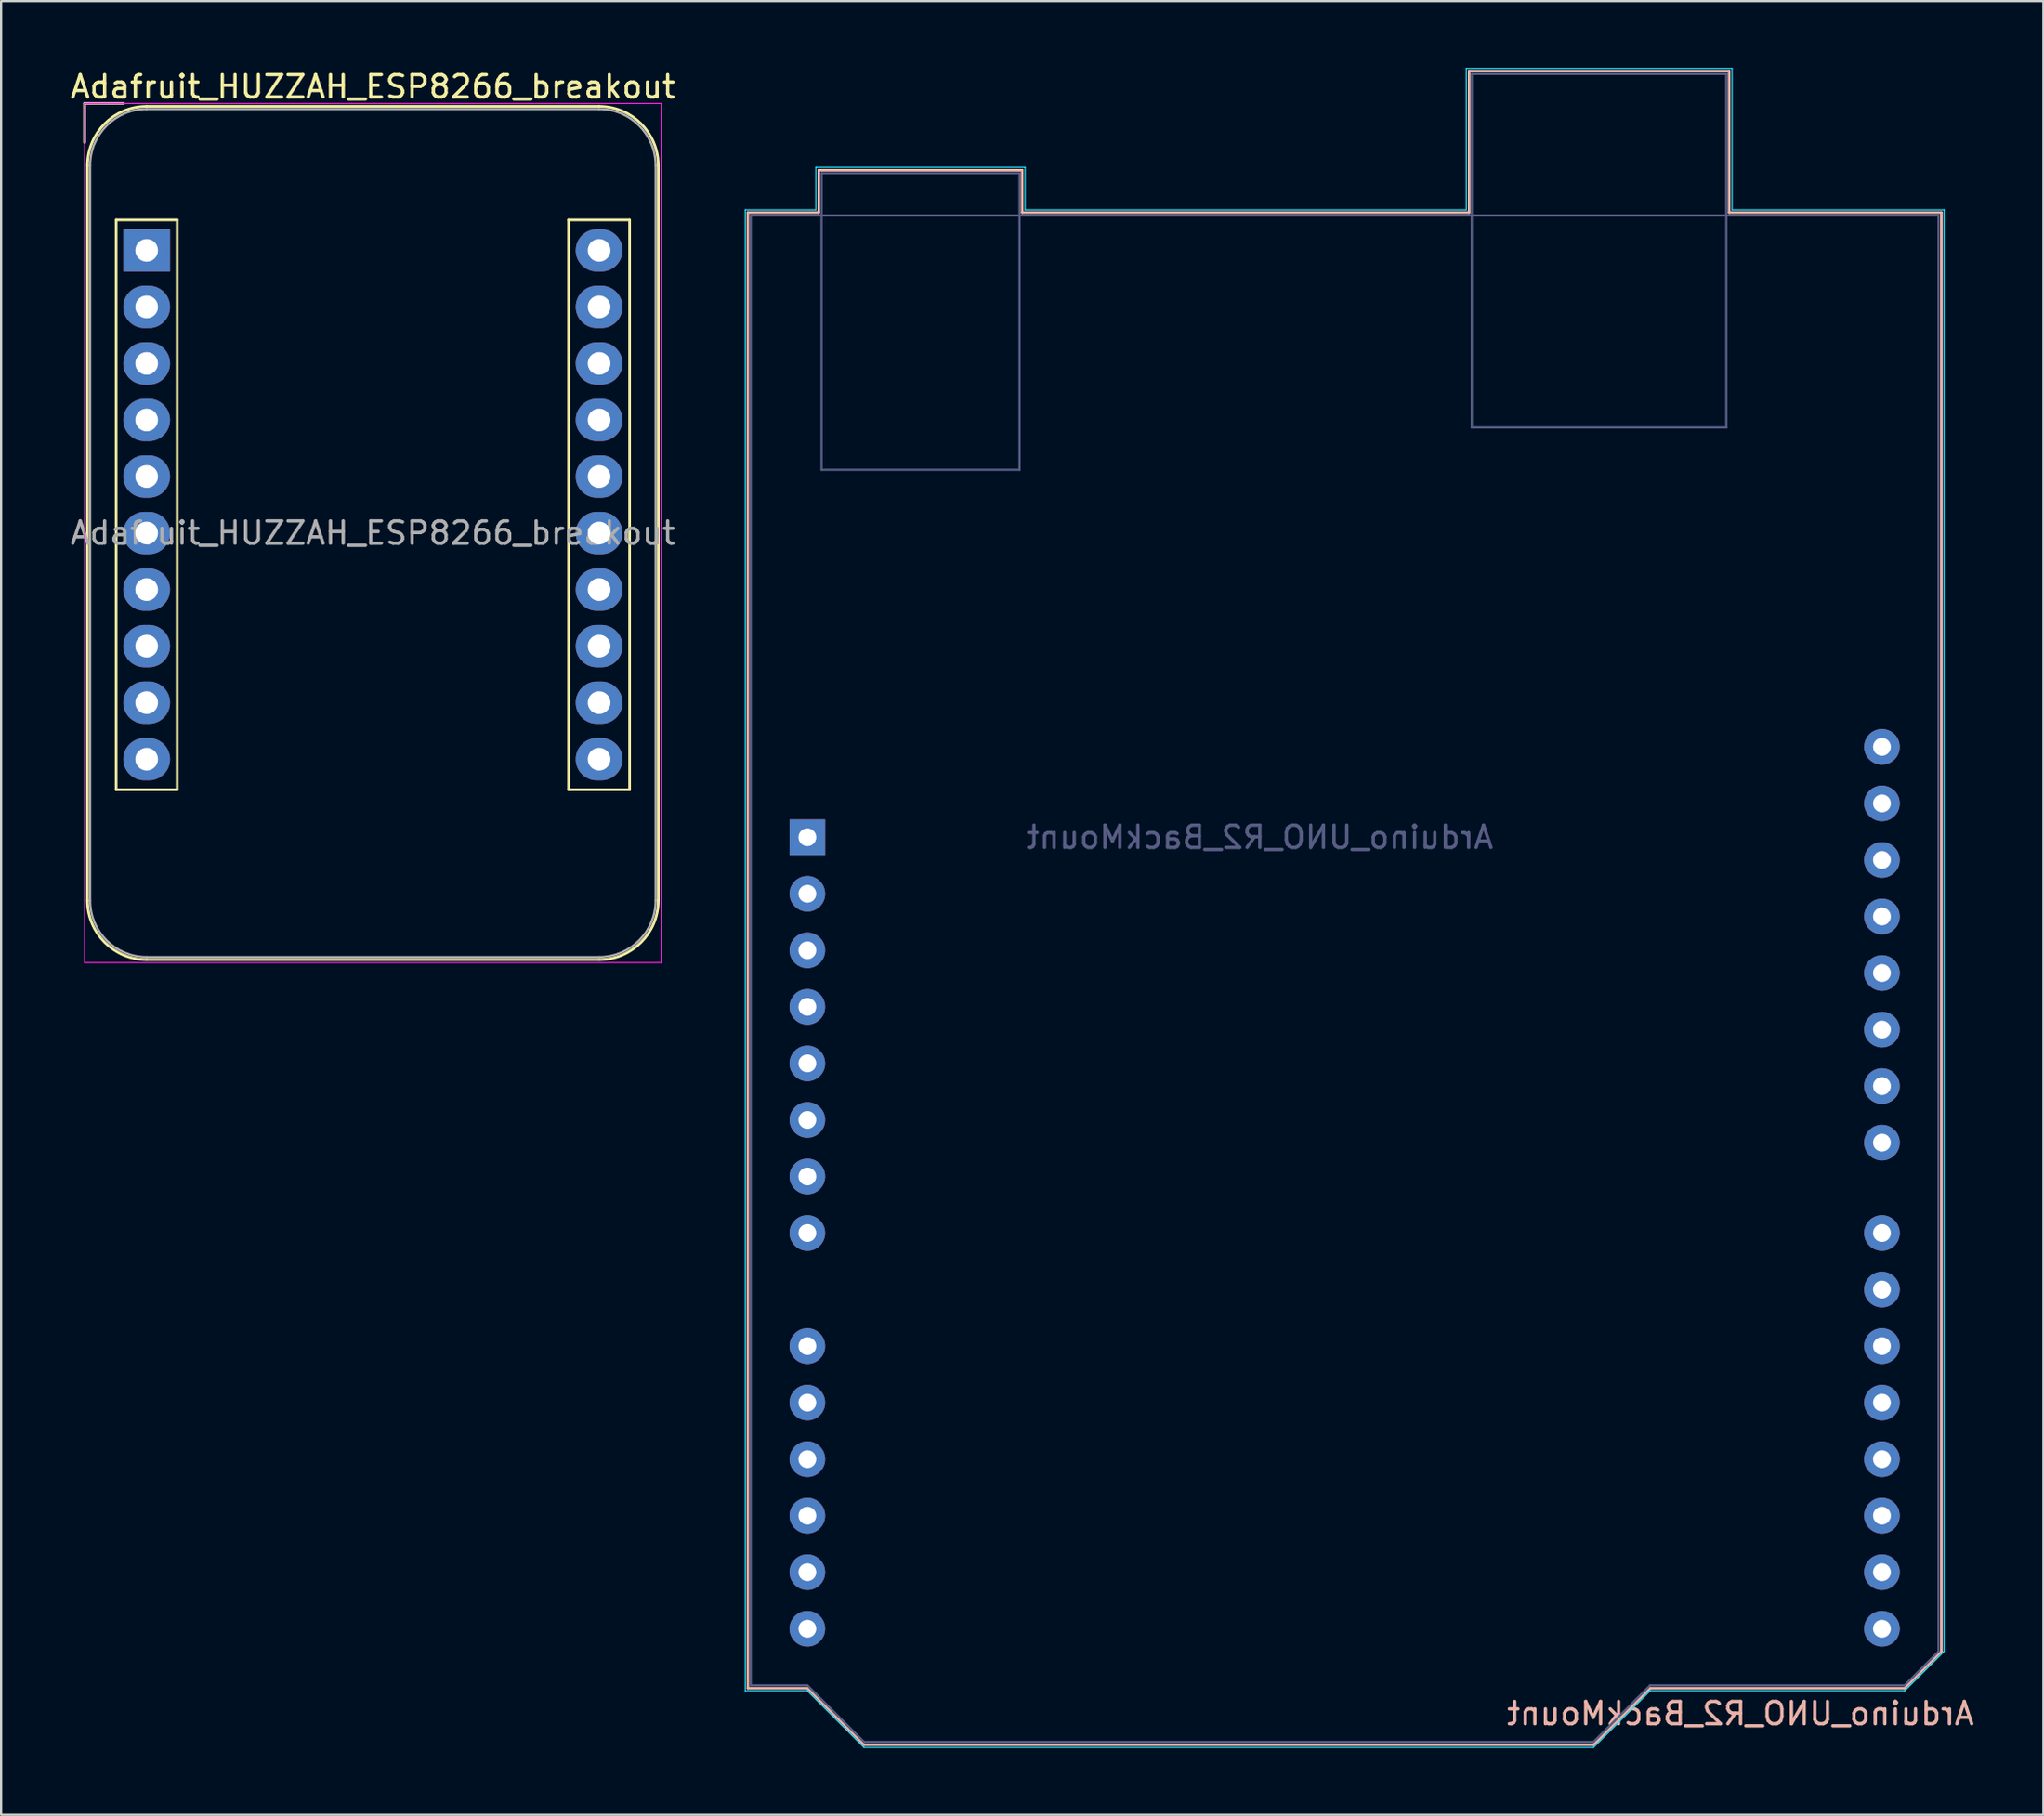
<source format=kicad_pcb>
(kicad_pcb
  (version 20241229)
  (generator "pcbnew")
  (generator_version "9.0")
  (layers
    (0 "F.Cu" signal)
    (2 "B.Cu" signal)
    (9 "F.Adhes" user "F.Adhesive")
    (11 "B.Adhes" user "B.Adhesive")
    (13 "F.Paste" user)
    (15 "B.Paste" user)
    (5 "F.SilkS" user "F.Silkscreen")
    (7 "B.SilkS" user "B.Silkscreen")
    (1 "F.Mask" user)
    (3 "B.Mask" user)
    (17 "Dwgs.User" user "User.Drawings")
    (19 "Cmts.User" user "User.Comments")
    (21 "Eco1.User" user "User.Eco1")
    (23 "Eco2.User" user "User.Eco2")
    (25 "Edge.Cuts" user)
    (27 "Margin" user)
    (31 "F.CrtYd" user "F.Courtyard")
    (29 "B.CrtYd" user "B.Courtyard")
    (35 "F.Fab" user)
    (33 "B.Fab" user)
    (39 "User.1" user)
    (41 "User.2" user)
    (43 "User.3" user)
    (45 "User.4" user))
  (footprint "Arduino_UNO_R2_BackMount"
    (layer "F.Cu")
    (at 33.208 34.565)
    (property "Reference" "Arduino_UNO_R2_BackMount" (at 41.91 39.37 0) (layer "B.SilkS") (effects (font (size 1 1) (thickness 0.15)) (justify mirror)))
    (attr through_hole)
    (fp_line (start -2.67 -28.07) (end 0.51 -28.07) (stroke (width 0.12) (type solid)) (layer "B.SilkS"))
    (fp_line (start -2.67 38.23) (end -2.67 -28.07) (stroke (width 0.12) (type solid)) (layer "B.SilkS"))
    (fp_line (start 0 38.23) (end -2.67 38.23) (stroke (width 0.12) (type solid)) (layer "B.SilkS"))
    (fp_line (start 0.51 -29.97) (end 9.65 -29.97) (stroke (width 0.12) (type solid)) (layer "B.SilkS"))
    (fp_line (start 0.51 -28.07) (end 0.51 -29.97) (stroke (width 0.12) (type solid)) (layer "B.SilkS"))
    (fp_line (start 2.54 40.77) (end 0 38.23) (stroke (width 0.12) (type solid)) (layer "B.SilkS"))
    (fp_line (start 9.65 -29.97) (end 9.65 -28.07) (stroke (width 0.12) (type solid)) (layer "B.SilkS"))
    (fp_line (start 9.65 -28.07) (end 29.72 -28.07) (stroke (width 0.12) (type solid)) (layer "B.SilkS"))
    (fp_line (start 29.72 -34.42) (end 41.4 -34.42) (stroke (width 0.12) (type solid)) (layer "B.SilkS"))
    (fp_line (start 29.72 -28.07) (end 29.72 -34.42) (stroke (width 0.12) (type solid)) (layer "B.SilkS"))
    (fp_line (start 35.31 40.77) (end 2.54 40.77) (stroke (width 0.12) (type solid)) (layer "B.SilkS"))
    (fp_line (start 37.85 38.23) (end 35.31 40.77) (stroke (width 0.12) (type solid)) (layer "B.SilkS"))
    (fp_line (start 41.4 -34.42) (end 41.4 -28.07) (stroke (width 0.12) (type solid)) (layer "B.SilkS"))
    (fp_line (start 41.4 -28.07) (end 50.93 -28.07) (stroke (width 0.12) (type solid)) (layer "B.SilkS"))
    (fp_line (start 49.28 38.23) (end 37.85 38.23) (stroke (width 0.12) (type solid)) (layer "B.SilkS"))
    (fp_line (start 50.93 -28.07) (end 50.93 36.58) (stroke (width 0.12) (type solid)) (layer "B.SilkS"))
    (fp_line (start 50.93 36.58) (end 49.28 38.23) (stroke (width 0.12) (type solid)) (layer "B.SilkS"))
    (fp_line (start -2.79 -28.19) (end -2.79 38.35) (stroke (width 0.05) (type solid)) (layer "B.CrtYd"))
    (fp_line (start -2.79 38.35) (end 0 38.35) (stroke (width 0.05) (type solid)) (layer "B.CrtYd"))
    (fp_line (start 0 38.35) (end 2.54 40.89) (stroke (width 0.05) (type solid)) (layer "B.CrtYd"))
    (fp_line (start 0.38 -30.1) (end 0.38 -28.19) (stroke (width 0.05) (type solid)) (layer "B.CrtYd"))
    (fp_line (start 0.38 -28.19) (end -2.79 -28.19) (stroke (width 0.05) (type solid)) (layer "B.CrtYd"))
    (fp_line (start 2.54 40.89) (end 35.31 40.89) (stroke (width 0.05) (type solid)) (layer "B.CrtYd"))
    (fp_line (start 9.78 -30.1) (end 0.38 -30.1) (stroke (width 0.05) (type solid)) (layer "B.CrtYd"))
    (fp_line (start 9.78 -28.19) (end 9.78 -30.1) (stroke (width 0.05) (type solid)) (layer "B.CrtYd"))
    (fp_line (start 29.59 -34.54) (end 29.59 -28.19) (stroke (width 0.05) (type solid)) (layer "B.CrtYd"))
    (fp_line (start 29.59 -28.19) (end 9.78 -28.19) (stroke (width 0.05) (type solid)) (layer "B.CrtYd"))
    (fp_line (start 35.31 40.89) (end 37.85 38.35) (stroke (width 0.05) (type solid)) (layer "B.CrtYd"))
    (fp_line (start 37.85 38.35) (end 49.28 38.35) (stroke (width 0.05) (type solid)) (layer "B.CrtYd"))
    (fp_line (start 41.53 -34.54) (end 29.59 -34.54) (stroke (width 0.05) (type solid)) (layer "B.CrtYd"))
    (fp_line (start 41.53 -28.19) (end 41.53 -34.54) (stroke (width 0.05) (type solid)) (layer "B.CrtYd"))
    (fp_line (start 49.28 38.35) (end 51.05 36.58) (stroke (width 0.05) (type solid)) (layer "B.CrtYd"))
    (fp_line (start 51.05 -28.19) (end 41.53 -28.19) (stroke (width 0.05) (type solid)) (layer "B.CrtYd"))
    (fp_line (start 51.05 36.58) (end 51.05 -28.19) (stroke (width 0.05) (type solid)) (layer "B.CrtYd"))
    (fp_line (start -2.54 -27.94) (end -2.54 38.1) (stroke (width 0.1) (type solid)) (layer "B.Fab"))
    (fp_line (start -2.54 38.1) (end 0 38.1) (stroke (width 0.1) (type solid)) (layer "B.Fab"))
    (fp_line (start 0 38.1) (end 2.54 40.64) (stroke (width 0.1) (type solid)) (layer "B.Fab"))
    (fp_line (start 0.64 -29.84) (end 0.64 -16.51) (stroke (width 0.1) (type solid)) (layer "B.Fab"))
    (fp_line (start 0.64 -16.51) (end 9.53 -16.51) (stroke (width 0.1) (type solid)) (layer "B.Fab"))
    (fp_line (start 2.54 40.64) (end 35.31 40.64) (stroke (width 0.1) (type solid)) (layer "B.Fab"))
    (fp_line (start 9.53 -29.84) (end 0.64 -29.84) (stroke (width 0.1) (type solid)) (layer "B.Fab"))
    (fp_line (start 9.53 -16.51) (end 9.53 -29.84) (stroke (width 0.1) (type solid)) (layer "B.Fab"))
    (fp_line (start 29.84 -34.29) (end 29.84 -18.41) (stroke (width 0.1) (type solid)) (layer "B.Fab"))
    (fp_line (start 29.84 -18.41) (end 41.27 -18.41) (stroke (width 0.1) (type solid)) (layer "B.Fab"))
    (fp_line (start 35.31 40.64) (end 37.85 38.1) (stroke (width 0.1) (type solid)) (layer "B.Fab"))
    (fp_line (start 37.85 38.1) (end 49.28 38.1) (stroke (width 0.1) (type solid)) (layer "B.Fab"))
    (fp_line (start 41.27 -34.29) (end 29.84 -34.29) (stroke (width 0.1) (type solid)) (layer "B.Fab"))
    (fp_line (start 41.27 -18.41) (end 41.27 -34.29) (stroke (width 0.1) (type solid)) (layer "B.Fab"))
    (fp_line (start 49.28 38.1) (end 50.8 36.58) (stroke (width 0.1) (type solid)) (layer "B.Fab"))
    (fp_line (start 50.8 -27.94) (end -2.54 -27.94) (stroke (width 0.1) (type solid)) (layer "B.Fab"))
    (fp_line (start 50.8 36.58) (end 50.8 -27.94) (stroke (width 0.1) (type solid)) (layer "B.Fab"))
    (fp_text user "${REFERENCE}" (at 20.32 0 0) (layer "B.Fab") (effects (font (size 1 1) (thickness 0.15)) (justify mirror)))
    (pad "1" thru_hole rect (at 0 0) (size 1.6 1.6) (drill 0.8) (layers "*.Cu" "*.Mask"))
    (pad "2" thru_hole oval (at 0 2.54) (size 1.6 1.6) (drill 0.8) (layers "*.Cu" "*.Mask"))
    (pad "3" thru_hole oval (at 0 5.08) (size 1.6 1.6) (drill 0.8) (layers "*.Cu" "*.Mask"))
    (pad "4" thru_hole oval (at 0 7.62) (size 1.6 1.6) (drill 0.8) (layers "*.Cu" "*.Mask"))
    (pad "5" thru_hole oval (at 0 10.16) (size 1.6 1.6) (drill 0.8) (layers "*.Cu" "*.Mask"))
    (pad "6" thru_hole oval (at 0 12.7) (size 1.6 1.6) (drill 0.8) (layers "*.Cu" "*.Mask"))
    (pad "7" thru_hole oval (at 0 15.24) (size 1.6 1.6) (drill 0.8) (layers "*.Cu" "*.Mask"))
    (pad "8" thru_hole oval (at 0 17.78) (size 1.6 1.6) (drill 0.8) (layers "*.Cu" "*.Mask"))
    (pad "9" thru_hole oval (at 0 22.86) (size 1.6 1.6) (drill 0.8) (layers "*.Cu" "*.Mask"))
    (pad "10" thru_hole oval (at 0 25.4) (size 1.6 1.6) (drill 0.8) (layers "*.Cu" "*.Mask"))
    (pad "11" thru_hole oval (at 0 27.94) (size 1.6 1.6) (drill 0.8) (layers "*.Cu" "*.Mask"))
    (pad "12" thru_hole oval (at 0 30.48) (size 1.6 1.6) (drill 0.8) (layers "*.Cu" "*.Mask"))
    (pad "13" thru_hole oval (at 0 33.02) (size 1.6 1.6) (drill 0.8) (layers "*.Cu" "*.Mask"))
    (pad "14" thru_hole oval (at 0 35.56) (size 1.6 1.6) (drill 0.8) (layers "*.Cu" "*.Mask"))
    (pad "15" thru_hole oval (at 48.26 35.56) (size 1.6 1.6) (drill 0.8) (layers "*.Cu" "*.Mask"))
    (pad "16" thru_hole oval (at 48.26 33.02) (size 1.6 1.6) (drill 0.8) (layers "*.Cu" "*.Mask"))
    (pad "17" thru_hole oval (at 48.26 30.48) (size 1.6 1.6) (drill 0.8) (layers "*.Cu" "*.Mask"))
    (pad "18" thru_hole oval (at 48.26 27.94) (size 1.6 1.6) (drill 0.8) (layers "*.Cu" "*.Mask"))
    (pad "19" thru_hole oval (at 48.26 25.4) (size 1.6 1.6) (drill 0.8) (layers "*.Cu" "*.Mask"))
    (pad "20" thru_hole oval (at 48.26 22.86) (size 1.6 1.6) (drill 0.8) (layers "*.Cu" "*.Mask"))
    (pad "21" thru_hole oval (at 48.26 20.32) (size 1.6 1.6) (drill 0.8) (layers "*.Cu" "*.Mask"))
    (pad "22" thru_hole oval (at 48.26 17.78) (size 1.6 1.6) (drill 0.8) (layers "*.Cu" "*.Mask"))
    (pad "23" thru_hole oval (at 48.26 13.72) (size 1.6 1.6) (drill 0.8) (layers "*.Cu" "*.Mask"))
    (pad "24" thru_hole oval (at 48.26 11.18) (size 1.6 1.6) (drill 0.8) (layers "*.Cu" "*.Mask"))
    (pad "25" thru_hole oval (at 48.26 8.64) (size 1.6 1.6) (drill 0.8) (layers "*.Cu" "*.Mask"))
    (pad "26" thru_hole oval (at 48.26 6.1) (size 1.6 1.6) (drill 0.8) (layers "*.Cu" "*.Mask"))
    (pad "27" thru_hole oval (at 48.26 3.56) (size 1.6 1.6) (drill 0.8) (layers "*.Cu" "*.Mask"))
    (pad "28" thru_hole oval (at 48.26 1.02) (size 1.6 1.6) (drill 0.8) (layers "*.Cu" "*.Mask"))
    (pad "29" thru_hole oval (at 48.26 -1.52) (size 1.6 1.6) (drill 0.8) (layers "*.Cu" "*.Mask"))
    (pad "30" thru_hole oval (at 48.26 -4.06) (size 1.6 1.6) (drill 0.8) (layers "*.Cu" "*.Mask")))
  (footprint "Adafruit_HUZZAH_ESP8266_breakout"
    (layer "F.Cu")
    (at 3.536 8.198)
    (property "Reference" "Adafruit_HUZZAH_ESP8266_breakout" (at 10.16 -7.35 0) (layer "F.SilkS") (effects (font (size 1 1) (thickness 0.15))))
    (attr through_hole)
    (fp_line (start -2.79 -6.6) (end -1.04 -6.6) (stroke (width 0.12) (type solid)) (layer "F.SilkS"))
    (fp_line (start -2.79 -4.85) (end -2.79 -6.6) (stroke (width 0.12) (type solid)) (layer "F.SilkS"))
    (fp_line (start -2.66 -3.81) (end -2.66 29.21) (stroke (width 0.12) (type solid)) (layer "F.SilkS"))
    (fp_line (start -1.37 -1.37) (end -1.37 24.23) (stroke (width 0.12) (type solid)) (layer "F.SilkS"))
    (fp_line (start -1.37 24.23) (end 1.37 24.23) (stroke (width 0.12) (type solid)) (layer "F.SilkS"))
    (fp_line (start 0 -6.47) (end 20.32 -6.47) (stroke (width 0.12) (type solid)) (layer "F.SilkS"))
    (fp_line (start 0 31.87) (end 20.32 31.87) (stroke (width 0.12) (type solid)) (layer "F.SilkS"))
    (fp_line (start 1.37 -1.37) (end -1.37 -1.37) (stroke (width 0.12) (type solid)) (layer "F.SilkS"))
    (fp_line (start 1.37 24.23) (end 1.37 -1.37) (stroke (width 0.12) (type solid)) (layer "F.SilkS"))
    (fp_line (start 18.95 -1.37) (end 18.95 24.23) (stroke (width 0.12) (type solid)) (layer "F.SilkS"))
    (fp_line (start 18.95 24.23) (end 21.69 24.23) (stroke (width 0.12) (type solid)) (layer "F.SilkS"))
    (fp_line (start 21.69 -1.37) (end 18.95 -1.37) (stroke (width 0.12) (type solid)) (layer "F.SilkS"))
    (fp_line (start 21.69 24.23) (end 21.69 -1.37) (stroke (width 0.12) (type solid)) (layer "F.SilkS"))
    (fp_line (start 22.98 -3.81) (end 22.98 29.21) (stroke (width 0.12) (type solid)) (layer "F.SilkS"))
    (fp_arc (start -2.66 -3.81) (mid -1.880904 -5.690904) (end 0 -6.47) (stroke (width 0.12) (type solid)) (layer "F.SilkS"))
    (fp_arc (start 0 31.87) (mid -1.880904 31.090904) (end -2.66 29.21) (stroke (width 0.12) (type solid)) (layer "F.SilkS"))
    (fp_arc (start 20.32 -6.47) (mid 22.200904 -5.690904) (end 22.98 -3.81) (stroke (width 0.12) (type solid)) (layer "F.SilkS"))
    (fp_arc (start 22.98 29.21) (mid 22.200904 31.090904) (end 20.32 31.87) (stroke (width 0.12) (type solid)) (layer "F.SilkS"))
    (fp_line (start -2.79 -6.6) (end -2.79 32) (stroke (width 0.05) (type solid)) (layer "F.CrtYd"))
    (fp_line (start -2.79 32) (end 23.11 32) (stroke (width 0.05) (type solid)) (layer "F.CrtYd"))
    (fp_line (start 23.11 -6.6) (end -2.79 -6.6) (stroke (width 0.05) (type solid)) (layer "F.CrtYd"))
    (fp_line (start 23.11 32) (end 23.11 -6.6) (stroke (width 0.05) (type solid)) (layer "F.CrtYd"))
    (fp_line (start -2.79 -6.6) (end -1.04 -6.6) (stroke (width 0.1) (type solid)) (layer "F.Fab"))
    (fp_line (start -2.79 -4.85) (end -2.79 -6.6) (stroke (width 0.1) (type solid)) (layer "F.Fab"))
    (fp_line (start -2.54 -3.81) (end -2.54 29.21) (stroke (width 0.1) (type solid)) (layer "F.Fab"))
    (fp_line (start 0 -6.35) (end 20.32 -6.35) (stroke (width 0.1) (type solid)) (layer "F.Fab"))
    (fp_line (start 0 31.75) (end 20.32 31.75) (stroke (width 0.1) (type solid)) (layer "F.Fab"))
    (fp_line (start 22.86 -3.81) (end 22.86 29.21) (stroke (width 0.1) (type solid)) (layer "F.Fab"))
    (fp_arc (start -2.54 -3.81) (mid -1.796051 -5.606051) (end 0 -6.35) (stroke (width 0.1) (type solid)) (layer "F.Fab"))
    (fp_arc (start 0 31.75) (mid -1.796051 31.006051) (end -2.54 29.21) (stroke (width 0.1) (type solid)) (layer "F.Fab"))
    (fp_arc (start 20.32 -6.35) (mid 22.116051 -5.606051) (end 22.86 -3.81) (stroke (width 0.1) (type solid)) (layer "F.Fab"))
    (fp_arc (start 22.86 29.21) (mid 22.116051 31.006051) (end 20.32 31.75) (stroke (width 0.1) (type solid)) (layer "F.Fab"))
    (fp_text user "${REFERENCE}" (at 10.16 12.7 0) (layer "F.Fab") (effects (font (size 1 1) (thickness 0.15))))
    (pad "1" thru_hole rect (at 0 0) (size 2.1 1.9) (drill 1.02) (layers "*.Cu" "*.Mask"))
    (pad "2" thru_hole oval (at 0 2.54) (size 2.1 1.9) (drill 1.02) (layers "*.Cu" "*.Mask"))
    (pad "3" thru_hole oval (at 0 5.08) (size 2.1 1.9) (drill 1.02) (layers "*.Cu" "*.Mask"))
    (pad "4" thru_hole oval (at 0 7.62) (size 2.1 1.9) (drill 1.02) (layers "*.Cu" "*.Mask"))
    (pad "5" thru_hole oval (at 0 10.16) (size 2.1 1.9) (drill 1.02) (layers "*.Cu" "*.Mask"))
    (pad "6" thru_hole oval (at 0 12.7) (size 2.1 1.9) (drill 1.02) (layers "*.Cu" "*.Mask"))
    (pad "7" thru_hole oval (at 0 15.24) (size 2.1 1.9) (drill 1.02) (layers "*.Cu" "*.Mask"))
    (pad "8" thru_hole oval (at 0 17.78) (size 2.1 1.9) (drill 1.02) (layers "*.Cu" "*.Mask"))
    (pad "9" thru_hole oval (at 0 20.32) (size 2.1 1.9) (drill 1.02) (layers "*.Cu" "*.Mask"))
    (pad "10" thru_hole oval (at 0 22.86) (size 2.1 1.9) (drill 1.02) (layers "*.Cu" "*.Mask"))
    (pad "11" thru_hole oval (at 20.32 22.86) (size 2.1 1.9) (drill 1.02) (layers "*.Cu" "*.Mask"))
    (pad "12" thru_hole oval (at 20.32 20.32) (size 2.1 1.9) (drill 1.02) (layers "*.Cu" "*.Mask"))
    (pad "13" thru_hole oval (at 20.32 17.78) (size 2.1 1.9) (drill 1.02) (layers "*.Cu" "*.Mask"))
    (pad "14" thru_hole oval (at 20.32 15.24) (size 2.1 1.9) (drill 1.02) (layers "*.Cu" "*.Mask"))
    (pad "15" thru_hole oval (at 20.32 12.7) (size 2.1 1.9) (drill 1.02) (layers "*.Cu" "*.Mask"))
    (pad "16" thru_hole oval (at 20.32 10.16) (size 2.1 1.9) (drill 1.02) (layers "*.Cu" "*.Mask"))
    (pad "17" thru_hole oval (at 20.32 7.62) (size 2.1 1.9) (drill 1.02) (layers "*.Cu" "*.Mask"))
    (pad "18" thru_hole oval (at 20.32 5.08) (size 2.1 1.9) (drill 1.02) (layers "*.Cu" "*.Mask"))
    (pad "19" thru_hole oval (at 20.32 2.54) (size 2.1 1.9) (drill 1.02) (layers "*.Cu" "*.Mask"))
    (pad "20" thru_hole oval (at 20.32 0) (size 2.1 1.9) (drill 1.02) (layers "*.Cu" "*.Mask")))
  (gr_rect
    (start -3 -3)
    (end 88.719 78.48)
    (stroke (width 0.1) (type default))
    (fill no)
    (layer "Edge.Cuts")))
</source>
